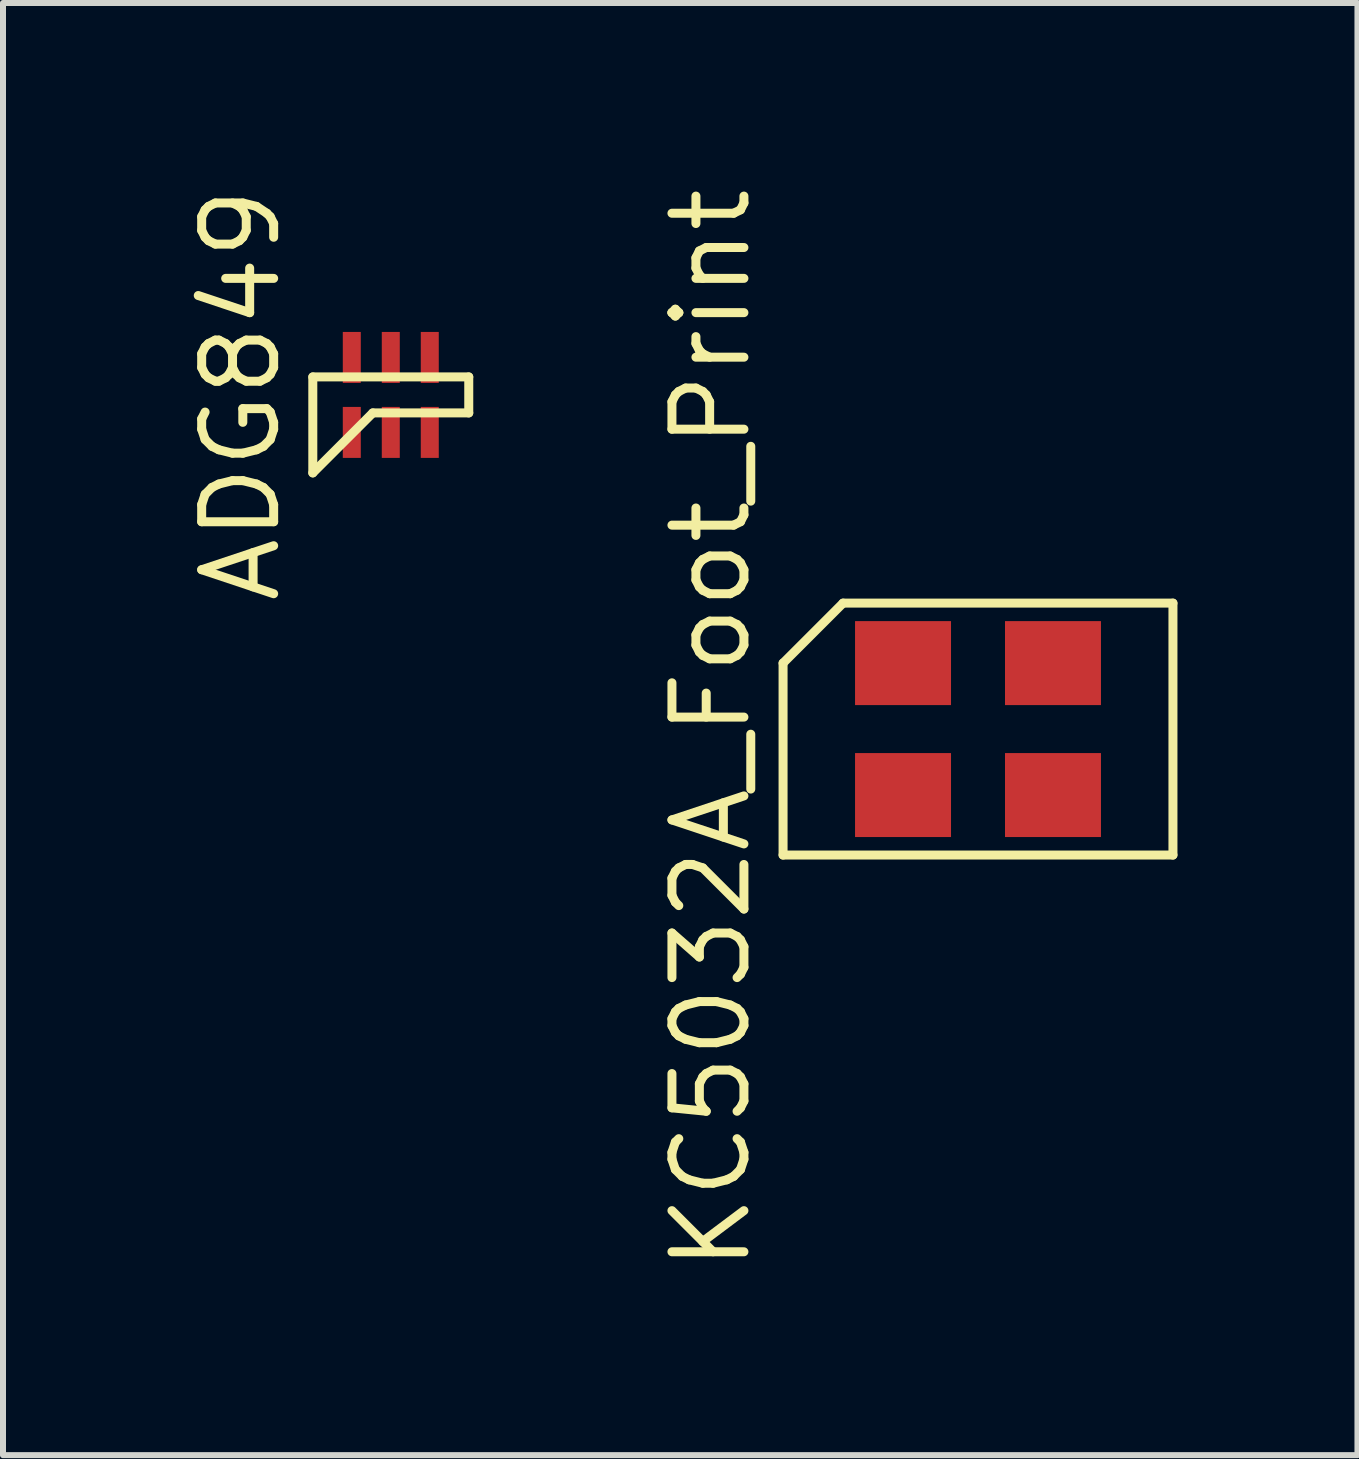
<source format=kicad_pcb>
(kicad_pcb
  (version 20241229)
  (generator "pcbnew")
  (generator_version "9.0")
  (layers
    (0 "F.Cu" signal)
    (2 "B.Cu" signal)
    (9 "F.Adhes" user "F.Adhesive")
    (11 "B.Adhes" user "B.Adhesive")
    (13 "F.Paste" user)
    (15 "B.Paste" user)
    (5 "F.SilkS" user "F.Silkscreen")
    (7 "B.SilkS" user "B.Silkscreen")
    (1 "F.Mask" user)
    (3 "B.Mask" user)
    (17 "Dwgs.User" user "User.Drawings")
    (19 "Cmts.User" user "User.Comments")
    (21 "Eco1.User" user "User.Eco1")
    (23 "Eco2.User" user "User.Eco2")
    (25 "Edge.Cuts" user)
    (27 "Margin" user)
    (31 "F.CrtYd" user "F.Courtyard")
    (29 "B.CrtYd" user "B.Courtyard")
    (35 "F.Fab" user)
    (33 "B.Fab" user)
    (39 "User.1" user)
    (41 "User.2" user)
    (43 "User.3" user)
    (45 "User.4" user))
  (footprint "KC5032A_Foot_Print"
    (layer "F.Cu")
    (at 13.255 9.105)
    (property "Reference" "KC5032A_Foot_Print" (at -4.45 0 90) (layer "F.SilkS") (effects (font (size 1.2 1.2) (thickness 0.15))))
    (attr through_hole)
    (fp_line (start -3.25 -1.1) (end -3.25 2.1) (stroke (width 0.15) (type solid)) (layer "F.SilkS"))
    (fp_line (start -3.25 2.1) (end 3.25 2.1) (stroke (width 0.15) (type solid)) (layer "F.SilkS"))
    (fp_line (start -2.25 -2.1) (end -3.25 -1.1) (stroke (width 0.15) (type solid)) (layer "F.SilkS"))
    (fp_line (start 3.25 -2.1) (end -2.25 -2.1) (stroke (width 0.15) (type solid)) (layer "F.SilkS"))
    (fp_line (start 3.25 2.1) (end 3.25 -2.1) (stroke (width 0.15) (type solid)) (layer "F.SilkS"))
    (pad "1" smd rect (at -1.25 1.1) (size 1.6 1.4) (layers "F.Cu" "F.Mask" "F.Paste"))
    (pad "2" smd rect (at 1.25 1.1) (size 1.6 1.4) (layers "F.Cu" "F.Mask" "F.Paste"))
    (pad "3" smd rect (at 1.25 -1.1) (size 1.6 1.4) (layers "F.Cu" "F.Mask" "F.Paste"))
    (pad "4" smd rect (at -1.25 -1.1) (size 1.6 1.4) (layers "F.Cu" "F.Mask" "F.Paste")))
  (footprint "ADG849"
    (layer "F.Cu")
    (at 3.465 3.534)
    (property "Reference" "ADG849" (at -2.5 0 90) (layer "F.SilkS") (effects (font (size 1.2 1.2) (thickness 0.15))))
    (attr through_hole)
    (fp_line (start -1.3 -0.3) (end 1.3 -0.3) (stroke (width 0.15) (type solid)) (layer "F.SilkS"))
    (fp_line (start -1.3 1.3) (end -1.3 -0.3) (stroke (width 0.15) (type solid)) (layer "F.SilkS"))
    (fp_line (start -0.3 0.3) (end -1.3 1.3) (stroke (width 0.15) (type solid)) (layer "F.SilkS"))
    (fp_line (start 1.3 -0.3) (end 1.3 0.3) (stroke (width 0.15) (type solid)) (layer "F.SilkS"))
    (fp_line (start 1.3 0.3) (end -0.3 0.3) (stroke (width 0.15) (type solid)) (layer "F.SilkS"))
    (pad "1" smd rect (at -0.65 0.625) (size 0.3 0.85) (layers "F.Cu" "F.Mask" "F.Paste"))
    (pad "2" smd rect (at 0 0.625) (size 0.3 0.85) (layers "F.Cu" "F.Mask" "F.Paste"))
    (pad "3" smd rect (at 0.65 0.625) (size 0.3 0.85) (layers "F.Cu" "F.Mask" "F.Paste"))
    (pad "4" smd rect (at 0.65 -0.625) (size 0.3 0.85) (layers "F.Cu" "F.Mask" "F.Paste"))
    (pad "5" smd rect (at 0 -0.625) (size 0.3 0.85) (layers "F.Cu" "F.Mask" "F.Paste"))
    (pad "6" smd rect (at -0.65 -0.625) (size 0.3 0.85) (layers "F.Cu" "F.Mask" "F.Paste")))
  (gr_rect
    (start -3 -3)
    (end 19.581 21.21)
    (stroke (width 0.1) (type default))
    (fill no)
    (layer "Edge.Cuts")))
</source>
